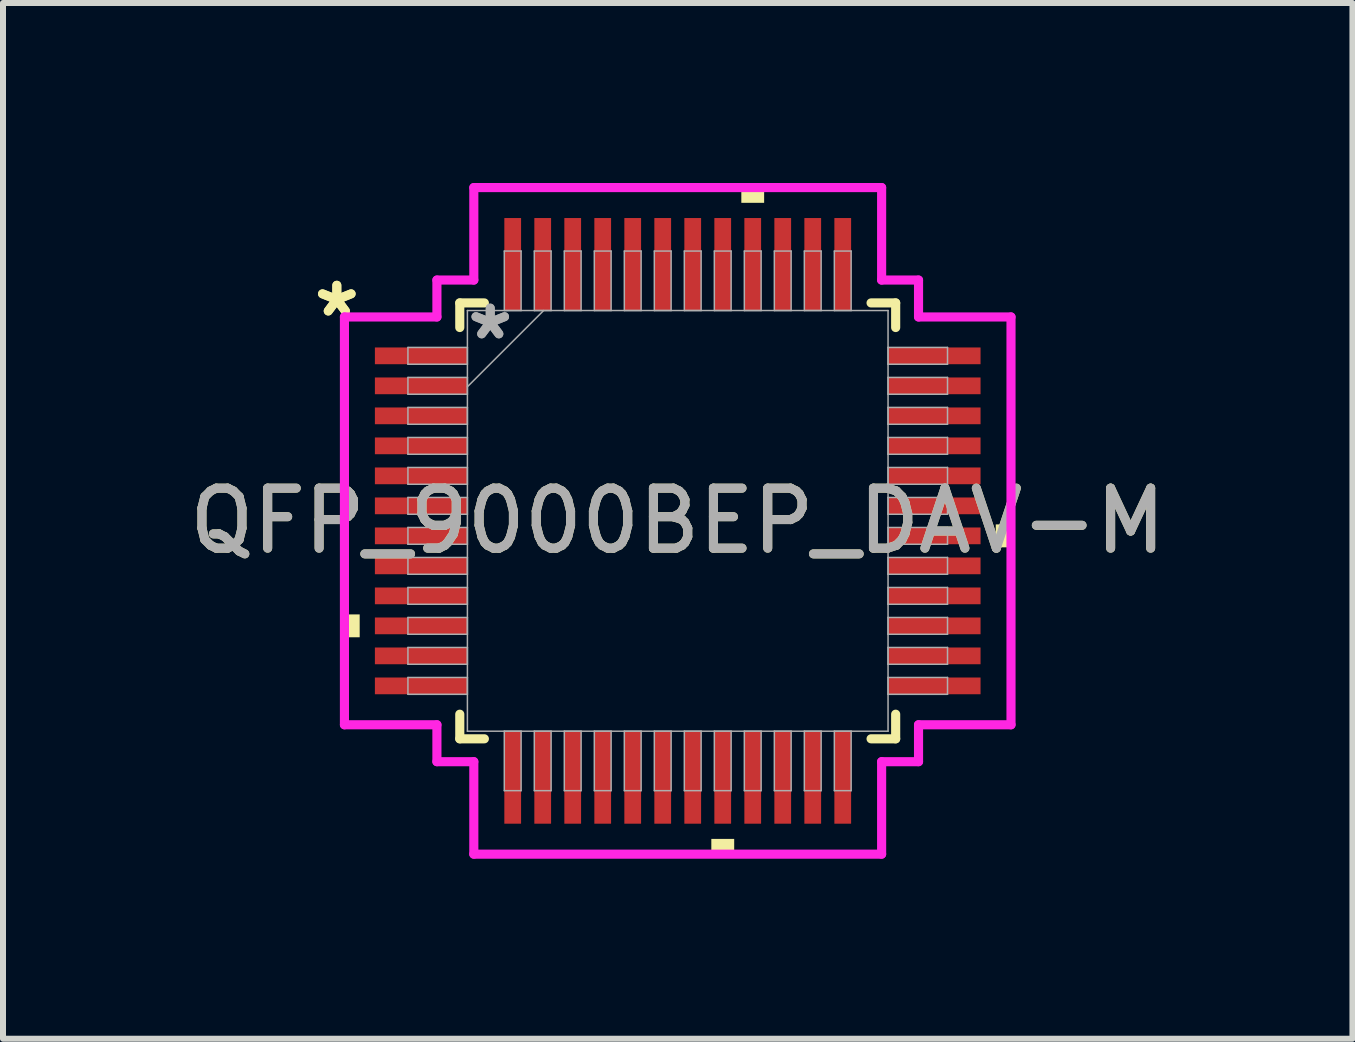
<source format=kicad_pcb>
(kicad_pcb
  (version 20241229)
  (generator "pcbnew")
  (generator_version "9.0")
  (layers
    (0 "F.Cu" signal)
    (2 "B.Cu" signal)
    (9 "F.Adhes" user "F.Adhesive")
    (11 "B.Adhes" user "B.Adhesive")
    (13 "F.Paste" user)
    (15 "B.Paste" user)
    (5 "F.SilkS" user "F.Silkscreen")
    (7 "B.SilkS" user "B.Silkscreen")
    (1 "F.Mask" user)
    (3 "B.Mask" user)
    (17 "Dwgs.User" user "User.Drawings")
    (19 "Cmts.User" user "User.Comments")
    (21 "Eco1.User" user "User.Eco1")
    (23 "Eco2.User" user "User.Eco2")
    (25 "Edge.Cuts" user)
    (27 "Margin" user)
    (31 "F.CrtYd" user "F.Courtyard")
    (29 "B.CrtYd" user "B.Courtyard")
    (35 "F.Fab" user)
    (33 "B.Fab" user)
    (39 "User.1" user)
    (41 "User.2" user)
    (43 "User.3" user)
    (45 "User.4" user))
  (footprint "QFP_9000BEP_DAV-M"
    (layer "F.Cu")
    (at 8.244 5.63)
    (property "Reference" "QFP_9000BEP_DAV-M" (at 0 0 0) (unlocked yes) (layer "F.SilkS") (effects (font (size 1 1) (thickness 0.15))))
    (attr smd)
    (fp_line (start -3.632 -3.632) (end -3.632 -3.222) (stroke (width 0.152) (type solid)) (layer "F.SilkS"))
    (fp_line (start -3.632 3.222) (end -3.632 3.632) (stroke (width 0.152) (type solid)) (layer "F.SilkS"))
    (fp_line (start -3.632 3.632) (end -3.222 3.632) (stroke (width 0.152) (type solid)) (layer "F.SilkS"))
    (fp_line (start -3.222 -3.632) (end -3.632 -3.632) (stroke (width 0.152) (type solid)) (layer "F.SilkS"))
    (fp_line (start 3.222 3.632) (end 3.632 3.632) (stroke (width 0.152) (type solid)) (layer "F.SilkS"))
    (fp_line (start 3.632 -3.632) (end 3.222 -3.632) (stroke (width 0.152) (type solid)) (layer "F.SilkS"))
    (fp_line (start 3.632 -3.222) (end 3.632 -3.632) (stroke (width 0.152) (type solid)) (layer "F.SilkS"))
    (fp_line (start 3.632 3.632) (end 3.632 3.222) (stroke (width 0.152) (type solid)) (layer "F.SilkS"))
    (fp_poly (pts (xy -5.554 1.559) (xy -5.554 1.94) (xy -5.3 1.94) (xy -5.3 1.559)) (stroke (width 0) (type solid)) (fill yes) (layer "F.SilkS"))
    (fp_poly (pts (xy 0.56 5.3) (xy 0.56 5.554) (xy 0.941 5.554) (xy 0.941 5.3)) (stroke (width 0) (type solid)) (fill yes) (layer "F.SilkS"))
    (fp_poly (pts (xy 1.06 -5.3) (xy 1.06 -5.554) (xy 1.44 -5.554) (xy 1.44 -5.3)) (stroke (width 0) (type solid)) (fill yes) (layer "F.SilkS"))
    (fp_poly (pts (xy 5.554 0.059) (xy 5.554 0.441) (xy 5.3 0.441) (xy 5.3 0.059)) (stroke (width 0) (type solid)) (fill yes) (layer "F.SilkS"))
    (fp_line (start -5.554 -3.398) (end -4.013 -3.398) (stroke (width 0.152) (type solid)) (layer "F.CrtYd"))
    (fp_line (start -5.554 3.398) (end -5.554 -3.398) (stroke (width 0.152) (type solid)) (layer "F.CrtYd"))
    (fp_line (start -4.013 -4.013) (end -3.398 -4.013) (stroke (width 0.152) (type solid)) (layer "F.CrtYd"))
    (fp_line (start -4.013 -3.398) (end -4.013 -4.013) (stroke (width 0.152) (type solid)) (layer "F.CrtYd"))
    (fp_line (start -4.013 3.398) (end -5.554 3.398) (stroke (width 0.152) (type solid)) (layer "F.CrtYd"))
    (fp_line (start -4.013 4.013) (end -4.013 3.398) (stroke (width 0.152) (type solid)) (layer "F.CrtYd"))
    (fp_line (start -4.013 4.013) (end -3.398 4.013) (stroke (width 0.152) (type solid)) (layer "F.CrtYd"))
    (fp_line (start -3.398 -5.554) (end 3.398 -5.554) (stroke (width 0.152) (type solid)) (layer "F.CrtYd"))
    (fp_line (start -3.398 -4.013) (end -3.398 -5.554) (stroke (width 0.152) (type solid)) (layer "F.CrtYd"))
    (fp_line (start -3.398 4.013) (end -3.398 5.554) (stroke (width 0.152) (type solid)) (layer "F.CrtYd"))
    (fp_line (start -3.398 5.554) (end 3.398 5.554) (stroke (width 0.152) (type solid)) (layer "F.CrtYd"))
    (fp_line (start 3.398 -5.554) (end 3.398 -4.013) (stroke (width 0.152) (type solid)) (layer "F.CrtYd"))
    (fp_line (start 3.398 -4.013) (end 4.013 -4.013) (stroke (width 0.152) (type solid)) (layer "F.CrtYd"))
    (fp_line (start 3.398 4.013) (end 4.013 4.013) (stroke (width 0.152) (type solid)) (layer "F.CrtYd"))
    (fp_line (start 3.398 5.554) (end 3.398 4.013) (stroke (width 0.152) (type solid)) (layer "F.CrtYd"))
    (fp_line (start 4.013 -3.398) (end 4.013 -4.013) (stroke (width 0.152) (type solid)) (layer "F.CrtYd"))
    (fp_line (start 4.013 3.398) (end 5.554 3.398) (stroke (width 0.152) (type solid)) (layer "F.CrtYd"))
    (fp_line (start 4.013 4.013) (end 4.013 3.398) (stroke (width 0.152) (type solid)) (layer "F.CrtYd"))
    (fp_line (start 5.554 -3.398) (end 4.013 -3.398) (stroke (width 0.152) (type solid)) (layer "F.CrtYd"))
    (fp_line (start 5.554 3.398) (end 5.554 -3.398) (stroke (width 0.152) (type solid)) (layer "F.CrtYd"))
    (fp_line (start -4.496 -2.89) (end -4.496 -2.61) (stroke (width 0.025) (type solid)) (layer "F.Fab"))
    (fp_line (start -4.496 -2.61) (end -3.505 -2.61) (stroke (width 0.025) (type solid)) (layer "F.Fab"))
    (fp_line (start -4.496 -2.39) (end -4.496 -2.11) (stroke (width 0.025) (type solid)) (layer "F.Fab"))
    (fp_line (start -4.496 -2.11) (end -3.505 -2.11) (stroke (width 0.025) (type solid)) (layer "F.Fab"))
    (fp_line (start -4.496 -1.89) (end -4.496 -1.61) (stroke (width 0.025) (type solid)) (layer "F.Fab"))
    (fp_line (start -4.496 -1.61) (end -3.505 -1.61) (stroke (width 0.025) (type solid)) (layer "F.Fab"))
    (fp_line (start -4.496 -1.39) (end -4.496 -1.11) (stroke (width 0.025) (type solid)) (layer "F.Fab"))
    (fp_line (start -4.496 -1.11) (end -3.505 -1.11) (stroke (width 0.025) (type solid)) (layer "F.Fab"))
    (fp_line (start -4.496 -0.89) (end -4.496 -0.61) (stroke (width 0.025) (type solid)) (layer "F.Fab"))
    (fp_line (start -4.496 -0.61) (end -3.505 -0.61) (stroke (width 0.025) (type solid)) (layer "F.Fab"))
    (fp_line (start -4.496 -0.39) (end -4.496 -0.11) (stroke (width 0.025) (type solid)) (layer "F.Fab"))
    (fp_line (start -4.496 -0.11) (end -3.505 -0.11) (stroke (width 0.025) (type solid)) (layer "F.Fab"))
    (fp_line (start -4.496 0.11) (end -4.496 0.39) (stroke (width 0.025) (type solid)) (layer "F.Fab"))
    (fp_line (start -4.496 0.39) (end -3.505 0.39) (stroke (width 0.025) (type solid)) (layer "F.Fab"))
    (fp_line (start -4.496 0.61) (end -4.496 0.89) (stroke (width 0.025) (type solid)) (layer "F.Fab"))
    (fp_line (start -4.496 0.89) (end -3.505 0.89) (stroke (width 0.025) (type solid)) (layer "F.Fab"))
    (fp_line (start -4.496 1.11) (end -4.496 1.39) (stroke (width 0.025) (type solid)) (layer "F.Fab"))
    (fp_line (start -4.496 1.39) (end -3.505 1.39) (stroke (width 0.025) (type solid)) (layer "F.Fab"))
    (fp_line (start -4.496 1.61) (end -4.496 1.89) (stroke (width 0.025) (type solid)) (layer "F.Fab"))
    (fp_line (start -4.496 1.89) (end -3.505 1.89) (stroke (width 0.025) (type solid)) (layer "F.Fab"))
    (fp_line (start -4.496 2.11) (end -4.496 2.39) (stroke (width 0.025) (type solid)) (layer "F.Fab"))
    (fp_line (start -4.496 2.39) (end -3.505 2.39) (stroke (width 0.025) (type solid)) (layer "F.Fab"))
    (fp_line (start -4.496 2.61) (end -4.496 2.89) (stroke (width 0.025) (type solid)) (layer "F.Fab"))
    (fp_line (start -4.496 2.89) (end -3.505 2.89) (stroke (width 0.025) (type solid)) (layer "F.Fab"))
    (fp_line (start -3.505 -3.505) (end -3.505 3.505) (stroke (width 0.025) (type solid)) (layer "F.Fab"))
    (fp_line (start -3.505 -2.89) (end -4.496 -2.89) (stroke (width 0.025) (type solid)) (layer "F.Fab"))
    (fp_line (start -3.505 -2.61) (end -3.505 -2.89) (stroke (width 0.025) (type solid)) (layer "F.Fab"))
    (fp_line (start -3.505 -2.39) (end -4.496 -2.39) (stroke (width 0.025) (type solid)) (layer "F.Fab"))
    (fp_line (start -3.505 -2.235) (end -2.235 -3.505) (stroke (width 0.025) (type solid)) (layer "F.Fab"))
    (fp_line (start -3.505 -2.11) (end -3.505 -2.39) (stroke (width 0.025) (type solid)) (layer "F.Fab"))
    (fp_line (start -3.505 -1.89) (end -4.496 -1.89) (stroke (width 0.025) (type solid)) (layer "F.Fab"))
    (fp_line (start -3.505 -1.61) (end -3.505 -1.89) (stroke (width 0.025) (type solid)) (layer "F.Fab"))
    (fp_line (start -3.505 -1.39) (end -4.496 -1.39) (stroke (width 0.025) (type solid)) (layer "F.Fab"))
    (fp_line (start -3.505 -1.11) (end -3.505 -1.39) (stroke (width 0.025) (type solid)) (layer "F.Fab"))
    (fp_line (start -3.505 -0.89) (end -4.496 -0.89) (stroke (width 0.025) (type solid)) (layer "F.Fab"))
    (fp_line (start -3.505 -0.61) (end -3.505 -0.89) (stroke (width 0.025) (type solid)) (layer "F.Fab"))
    (fp_line (start -3.505 -0.39) (end -4.496 -0.39) (stroke (width 0.025) (type solid)) (layer "F.Fab"))
    (fp_line (start -3.505 -0.11) (end -3.505 -0.39) (stroke (width 0.025) (type solid)) (layer "F.Fab"))
    (fp_line (start -3.505 0.11) (end -4.496 0.11) (stroke (width 0.025) (type solid)) (layer "F.Fab"))
    (fp_line (start -3.505 0.39) (end -3.505 0.11) (stroke (width 0.025) (type solid)) (layer "F.Fab"))
    (fp_line (start -3.505 0.61) (end -4.496 0.61) (stroke (width 0.025) (type solid)) (layer "F.Fab"))
    (fp_line (start -3.505 0.89) (end -3.505 0.61) (stroke (width 0.025) (type solid)) (layer "F.Fab"))
    (fp_line (start -3.505 1.11) (end -4.496 1.11) (stroke (width 0.025) (type solid)) (layer "F.Fab"))
    (fp_line (start -3.505 1.39) (end -3.505 1.11) (stroke (width 0.025) (type solid)) (layer "F.Fab"))
    (fp_line (start -3.505 1.61) (end -4.496 1.61) (stroke (width 0.025) (type solid)) (layer "F.Fab"))
    (fp_line (start -3.505 1.89) (end -3.505 1.61) (stroke (width 0.025) (type solid)) (layer "F.Fab"))
    (fp_line (start -3.505 2.11) (end -4.496 2.11) (stroke (width 0.025) (type solid)) (layer "F.Fab"))
    (fp_line (start -3.505 2.39) (end -3.505 2.11) (stroke (width 0.025) (type solid)) (layer "F.Fab"))
    (fp_line (start -3.505 2.61) (end -4.496 2.61) (stroke (width 0.025) (type solid)) (layer "F.Fab"))
    (fp_line (start -3.505 2.89) (end -3.505 2.61) (stroke (width 0.025) (type solid)) (layer "F.Fab"))
    (fp_line (start -3.505 3.505) (end 3.505 3.505) (stroke (width 0.025) (type solid)) (layer "F.Fab"))
    (fp_line (start -2.89 -4.496) (end -2.89 -3.505) (stroke (width 0.025) (type solid)) (layer "F.Fab"))
    (fp_line (start -2.89 -3.505) (end -2.61 -3.505) (stroke (width 0.025) (type solid)) (layer "F.Fab"))
    (fp_line (start -2.89 3.505) (end -2.89 4.496) (stroke (width 0.025) (type solid)) (layer "F.Fab"))
    (fp_line (start -2.89 4.496) (end -2.61 4.496) (stroke (width 0.025) (type solid)) (layer "F.Fab"))
    (fp_line (start -2.61 -4.496) (end -2.89 -4.496) (stroke (width 0.025) (type solid)) (layer "F.Fab"))
    (fp_line (start -2.61 -3.505) (end -2.61 -4.496) (stroke (width 0.025) (type solid)) (layer "F.Fab"))
    (fp_line (start -2.61 3.505) (end -2.89 3.505) (stroke (width 0.025) (type solid)) (layer "F.Fab"))
    (fp_line (start -2.61 4.496) (end -2.61 3.505) (stroke (width 0.025) (type solid)) (layer "F.Fab"))
    (fp_line (start -2.39 -4.496) (end -2.39 -3.505) (stroke (width 0.025) (type solid)) (layer "F.Fab"))
    (fp_line (start -2.39 -3.505) (end -2.11 -3.505) (stroke (width 0.025) (type solid)) (layer "F.Fab"))
    (fp_line (start -2.39 3.505) (end -2.39 4.496) (stroke (width 0.025) (type solid)) (layer "F.Fab"))
    (fp_line (start -2.39 4.496) (end -2.11 4.496) (stroke (width 0.025) (type solid)) (layer "F.Fab"))
    (fp_line (start -2.11 -4.496) (end -2.39 -4.496) (stroke (width 0.025) (type solid)) (layer "F.Fab"))
    (fp_line (start -2.11 -3.505) (end -2.11 -4.496) (stroke (width 0.025) (type solid)) (layer "F.Fab"))
    (fp_line (start -2.11 3.505) (end -2.39 3.505) (stroke (width 0.025) (type solid)) (layer "F.Fab"))
    (fp_line (start -2.11 4.496) (end -2.11 3.505) (stroke (width 0.025) (type solid)) (layer "F.Fab"))
    (fp_line (start -1.89 -4.496) (end -1.89 -3.505) (stroke (width 0.025) (type solid)) (layer "F.Fab"))
    (fp_line (start -1.89 -3.505) (end -1.61 -3.505) (stroke (width 0.025) (type solid)) (layer "F.Fab"))
    (fp_line (start -1.89 3.505) (end -1.89 4.496) (stroke (width 0.025) (type solid)) (layer "F.Fab"))
    (fp_line (start -1.89 4.496) (end -1.61 4.496) (stroke (width 0.025) (type solid)) (layer "F.Fab"))
    (fp_line (start -1.61 -4.496) (end -1.89 -4.496) (stroke (width 0.025) (type solid)) (layer "F.Fab"))
    (fp_line (start -1.61 -3.505) (end -1.61 -4.496) (stroke (width 0.025) (type solid)) (layer "F.Fab"))
    (fp_line (start -1.61 3.505) (end -1.89 3.505) (stroke (width 0.025) (type solid)) (layer "F.Fab"))
    (fp_line (start -1.61 4.496) (end -1.61 3.505) (stroke (width 0.025) (type solid)) (layer "F.Fab"))
    (fp_line (start -1.39 -4.496) (end -1.39 -3.505) (stroke (width 0.025) (type solid)) (layer "F.Fab"))
    (fp_line (start -1.39 -3.505) (end -1.11 -3.505) (stroke (width 0.025) (type solid)) (layer "F.Fab"))
    (fp_line (start -1.39 3.505) (end -1.39 4.496) (stroke (width 0.025) (type solid)) (layer "F.Fab"))
    (fp_line (start -1.39 4.496) (end -1.11 4.496) (stroke (width 0.025) (type solid)) (layer "F.Fab"))
    (fp_line (start -1.11 -4.496) (end -1.39 -4.496) (stroke (width 0.025) (type solid)) (layer "F.Fab"))
    (fp_line (start -1.11 -3.505) (end -1.11 -4.496) (stroke (width 0.025) (type solid)) (layer "F.Fab"))
    (fp_line (start -1.11 3.505) (end -1.39 3.505) (stroke (width 0.025) (type solid)) (layer "F.Fab"))
    (fp_line (start -1.11 4.496) (end -1.11 3.505) (stroke (width 0.025) (type solid)) (layer "F.Fab"))
    (fp_line (start -0.89 -4.496) (end -0.89 -3.505) (stroke (width 0.025) (type solid)) (layer "F.Fab"))
    (fp_line (start -0.89 -3.505) (end -0.61 -3.505) (stroke (width 0.025) (type solid)) (layer "F.Fab"))
    (fp_line (start -0.89 3.505) (end -0.89 4.496) (stroke (width 0.025) (type solid)) (layer "F.Fab"))
    (fp_line (start -0.89 4.496) (end -0.61 4.496) (stroke (width 0.025) (type solid)) (layer "F.Fab"))
    (fp_line (start -0.61 -4.496) (end -0.89 -4.496) (stroke (width 0.025) (type solid)) (layer "F.Fab"))
    (fp_line (start -0.61 -3.505) (end -0.61 -4.496) (stroke (width 0.025) (type solid)) (layer "F.Fab"))
    (fp_line (start -0.61 3.505) (end -0.89 3.505) (stroke (width 0.025) (type solid)) (layer "F.Fab"))
    (fp_line (start -0.61 4.496) (end -0.61 3.505) (stroke (width 0.025) (type solid)) (layer "F.Fab"))
    (fp_line (start -0.39 -4.496) (end -0.39 -3.505) (stroke (width 0.025) (type solid)) (layer "F.Fab"))
    (fp_line (start -0.39 -3.505) (end -0.11 -3.505) (stroke (width 0.025) (type solid)) (layer "F.Fab"))
    (fp_line (start -0.39 3.505) (end -0.39 4.496) (stroke (width 0.025) (type solid)) (layer "F.Fab"))
    (fp_line (start -0.39 4.496) (end -0.11 4.496) (stroke (width 0.025) (type solid)) (layer "F.Fab"))
    (fp_line (start -0.11 -4.496) (end -0.39 -4.496) (stroke (width 0.025) (type solid)) (layer "F.Fab"))
    (fp_line (start -0.11 -3.505) (end -0.11 -4.496) (stroke (width 0.025) (type solid)) (layer "F.Fab"))
    (fp_line (start -0.11 3.505) (end -0.39 3.505) (stroke (width 0.025) (type solid)) (layer "F.Fab"))
    (fp_line (start -0.11 4.496) (end -0.11 3.505) (stroke (width 0.025) (type solid)) (layer "F.Fab"))
    (fp_line (start 0.11 -4.496) (end 0.11 -3.505) (stroke (width 0.025) (type solid)) (layer "F.Fab"))
    (fp_line (start 0.11 -3.505) (end 0.39 -3.505) (stroke (width 0.025) (type solid)) (layer "F.Fab"))
    (fp_line (start 0.11 3.505) (end 0.11 4.496) (stroke (width 0.025) (type solid)) (layer "F.Fab"))
    (fp_line (start 0.11 4.496) (end 0.39 4.496) (stroke (width 0.025) (type solid)) (layer "F.Fab"))
    (fp_line (start 0.39 -4.496) (end 0.11 -4.496) (stroke (width 0.025) (type solid)) (layer "F.Fab"))
    (fp_line (start 0.39 -3.505) (end 0.39 -4.496) (stroke (width 0.025) (type solid)) (layer "F.Fab"))
    (fp_line (start 0.39 3.505) (end 0.11 3.505) (stroke (width 0.025) (type solid)) (layer "F.Fab"))
    (fp_line (start 0.39 4.496) (end 0.39 3.505) (stroke (width 0.025) (type solid)) (layer "F.Fab"))
    (fp_line (start 0.61 -4.496) (end 0.61 -3.505) (stroke (width 0.025) (type solid)) (layer "F.Fab"))
    (fp_line (start 0.61 -3.505) (end 0.89 -3.505) (stroke (width 0.025) (type solid)) (layer "F.Fab"))
    (fp_line (start 0.61 3.505) (end 0.61 4.496) (stroke (width 0.025) (type solid)) (layer "F.Fab"))
    (fp_line (start 0.61 4.496) (end 0.89 4.496) (stroke (width 0.025) (type solid)) (layer "F.Fab"))
    (fp_line (start 0.89 -4.496) (end 0.61 -4.496) (stroke (width 0.025) (type solid)) (layer "F.Fab"))
    (fp_line (start 0.89 -3.505) (end 0.89 -4.496) (stroke (width 0.025) (type solid)) (layer "F.Fab"))
    (fp_line (start 0.89 3.505) (end 0.61 3.505) (stroke (width 0.025) (type solid)) (layer "F.Fab"))
    (fp_line (start 0.89 4.496) (end 0.89 3.505) (stroke (width 0.025) (type solid)) (layer "F.Fab"))
    (fp_line (start 1.11 -4.496) (end 1.11 -3.505) (stroke (width 0.025) (type solid)) (layer "F.Fab"))
    (fp_line (start 1.11 -3.505) (end 1.39 -3.505) (stroke (width 0.025) (type solid)) (layer "F.Fab"))
    (fp_line (start 1.11 3.505) (end 1.11 4.496) (stroke (width 0.025) (type solid)) (layer "F.Fab"))
    (fp_line (start 1.11 4.496) (end 1.39 4.496) (stroke (width 0.025) (type solid)) (layer "F.Fab"))
    (fp_line (start 1.39 -4.496) (end 1.11 -4.496) (stroke (width 0.025) (type solid)) (layer "F.Fab"))
    (fp_line (start 1.39 -3.505) (end 1.39 -4.496) (stroke (width 0.025) (type solid)) (layer "F.Fab"))
    (fp_line (start 1.39 3.505) (end 1.11 3.505) (stroke (width 0.025) (type solid)) (layer "F.Fab"))
    (fp_line (start 1.39 4.496) (end 1.39 3.505) (stroke (width 0.025) (type solid)) (layer "F.Fab"))
    (fp_line (start 1.61 -4.496) (end 1.61 -3.505) (stroke (width 0.025) (type solid)) (layer "F.Fab"))
    (fp_line (start 1.61 -3.505) (end 1.89 -3.505) (stroke (width 0.025) (type solid)) (layer "F.Fab"))
    (fp_line (start 1.61 3.505) (end 1.61 4.496) (stroke (width 0.025) (type solid)) (layer "F.Fab"))
    (fp_line (start 1.61 4.496) (end 1.89 4.496) (stroke (width 0.025) (type solid)) (layer "F.Fab"))
    (fp_line (start 1.89 -4.496) (end 1.61 -4.496) (stroke (width 0.025) (type solid)) (layer "F.Fab"))
    (fp_line (start 1.89 -3.505) (end 1.89 -4.496) (stroke (width 0.025) (type solid)) (layer "F.Fab"))
    (fp_line (start 1.89 3.505) (end 1.61 3.505) (stroke (width 0.025) (type solid)) (layer "F.Fab"))
    (fp_line (start 1.89 4.496) (end 1.89 3.505) (stroke (width 0.025) (type solid)) (layer "F.Fab"))
    (fp_line (start 2.11 -4.496) (end 2.11 -3.505) (stroke (width 0.025) (type solid)) (layer "F.Fab"))
    (fp_line (start 2.11 -3.505) (end 2.39 -3.505) (stroke (width 0.025) (type solid)) (layer "F.Fab"))
    (fp_line (start 2.11 3.505) (end 2.11 4.496) (stroke (width 0.025) (type solid)) (layer "F.Fab"))
    (fp_line (start 2.11 4.496) (end 2.39 4.496) (stroke (width 0.025) (type solid)) (layer "F.Fab"))
    (fp_line (start 2.39 -4.496) (end 2.11 -4.496) (stroke (width 0.025) (type solid)) (layer "F.Fab"))
    (fp_line (start 2.39 -3.505) (end 2.39 -4.496) (stroke (width 0.025) (type solid)) (layer "F.Fab"))
    (fp_line (start 2.39 3.505) (end 2.11 3.505) (stroke (width 0.025) (type solid)) (layer "F.Fab"))
    (fp_line (start 2.39 4.496) (end 2.39 3.505) (stroke (width 0.025) (type solid)) (layer "F.Fab"))
    (fp_line (start 2.61 -4.496) (end 2.61 -3.505) (stroke (width 0.025) (type solid)) (layer "F.Fab"))
    (fp_line (start 2.61 -3.505) (end 2.89 -3.505) (stroke (width 0.025) (type solid)) (layer "F.Fab"))
    (fp_line (start 2.61 3.505) (end 2.61 4.496) (stroke (width 0.025) (type solid)) (layer "F.Fab"))
    (fp_line (start 2.61 4.496) (end 2.89 4.496) (stroke (width 0.025) (type solid)) (layer "F.Fab"))
    (fp_line (start 2.89 -4.496) (end 2.61 -4.496) (stroke (width 0.025) (type solid)) (layer "F.Fab"))
    (fp_line (start 2.89 -3.505) (end 2.89 -4.496) (stroke (width 0.025) (type solid)) (layer "F.Fab"))
    (fp_line (start 2.89 3.505) (end 2.61 3.505) (stroke (width 0.025) (type solid)) (layer "F.Fab"))
    (fp_line (start 2.89 4.496) (end 2.89 3.505) (stroke (width 0.025) (type solid)) (layer "F.Fab"))
    (fp_line (start 3.505 -3.505) (end -3.505 -3.505) (stroke (width 0.025) (type solid)) (layer "F.Fab"))
    (fp_line (start 3.505 -2.89) (end 3.505 -2.61) (stroke (width 0.025) (type solid)) (layer "F.Fab"))
    (fp_line (start 3.505 -2.61) (end 4.496 -2.61) (stroke (width 0.025) (type solid)) (layer "F.Fab"))
    (fp_line (start 3.505 -2.39) (end 3.505 -2.11) (stroke (width 0.025) (type solid)) (layer "F.Fab"))
    (fp_line (start 3.505 -2.11) (end 4.496 -2.11) (stroke (width 0.025) (type solid)) (layer "F.Fab"))
    (fp_line (start 3.505 -1.89) (end 3.505 -1.61) (stroke (width 0.025) (type solid)) (layer "F.Fab"))
    (fp_line (start 3.505 -1.61) (end 4.496 -1.61) (stroke (width 0.025) (type solid)) (layer "F.Fab"))
    (fp_line (start 3.505 -1.39) (end 3.505 -1.11) (stroke (width 0.025) (type solid)) (layer "F.Fab"))
    (fp_line (start 3.505 -1.11) (end 4.496 -1.11) (stroke (width 0.025) (type solid)) (layer "F.Fab"))
    (fp_line (start 3.505 -0.89) (end 3.505 -0.61) (stroke (width 0.025) (type solid)) (layer "F.Fab"))
    (fp_line (start 3.505 -0.61) (end 4.496 -0.61) (stroke (width 0.025) (type solid)) (layer "F.Fab"))
    (fp_line (start 3.505 -0.39) (end 3.505 -0.11) (stroke (width 0.025) (type solid)) (layer "F.Fab"))
    (fp_line (start 3.505 -0.11) (end 4.496 -0.11) (stroke (width 0.025) (type solid)) (layer "F.Fab"))
    (fp_line (start 3.505 0.11) (end 3.505 0.39) (stroke (width 0.025) (type solid)) (layer "F.Fab"))
    (fp_line (start 3.505 0.39) (end 4.496 0.39) (stroke (width 0.025) (type solid)) (layer "F.Fab"))
    (fp_line (start 3.505 0.61) (end 3.505 0.89) (stroke (width 0.025) (type solid)) (layer "F.Fab"))
    (fp_line (start 3.505 0.89) (end 4.496 0.89) (stroke (width 0.025) (type solid)) (layer "F.Fab"))
    (fp_line (start 3.505 1.11) (end 3.505 1.39) (stroke (width 0.025) (type solid)) (layer "F.Fab"))
    (fp_line (start 3.505 1.39) (end 4.496 1.39) (stroke (width 0.025) (type solid)) (layer "F.Fab"))
    (fp_line (start 3.505 1.61) (end 3.505 1.89) (stroke (width 0.025) (type solid)) (layer "F.Fab"))
    (fp_line (start 3.505 1.89) (end 4.496 1.89) (stroke (width 0.025) (type solid)) (layer "F.Fab"))
    (fp_line (start 3.505 2.11) (end 3.505 2.39) (stroke (width 0.025) (type solid)) (layer "F.Fab"))
    (fp_line (start 3.505 2.39) (end 4.496 2.39) (stroke (width 0.025) (type solid)) (layer "F.Fab"))
    (fp_line (start 3.505 2.61) (end 3.505 2.89) (stroke (width 0.025) (type solid)) (layer "F.Fab"))
    (fp_line (start 3.505 2.89) (end 4.496 2.89) (stroke (width 0.025) (type solid)) (layer "F.Fab"))
    (fp_line (start 3.505 3.505) (end 3.505 -3.505) (stroke (width 0.025) (type solid)) (layer "F.Fab"))
    (fp_line (start 4.496 -2.89) (end 3.505 -2.89) (stroke (width 0.025) (type solid)) (layer "F.Fab"))
    (fp_line (start 4.496 -2.61) (end 4.496 -2.89) (stroke (width 0.025) (type solid)) (layer "F.Fab"))
    (fp_line (start 4.496 -2.39) (end 3.505 -2.39) (stroke (width 0.025) (type solid)) (layer "F.Fab"))
    (fp_line (start 4.496 -2.11) (end 4.496 -2.39) (stroke (width 0.025) (type solid)) (layer "F.Fab"))
    (fp_line (start 4.496 -1.89) (end 3.505 -1.89) (stroke (width 0.025) (type solid)) (layer "F.Fab"))
    (fp_line (start 4.496 -1.61) (end 4.496 -1.89) (stroke (width 0.025) (type solid)) (layer "F.Fab"))
    (fp_line (start 4.496 -1.39) (end 3.505 -1.39) (stroke (width 0.025) (type solid)) (layer "F.Fab"))
    (fp_line (start 4.496 -1.11) (end 4.496 -1.39) (stroke (width 0.025) (type solid)) (layer "F.Fab"))
    (fp_line (start 4.496 -0.89) (end 3.505 -0.89) (stroke (width 0.025) (type solid)) (layer "F.Fab"))
    (fp_line (start 4.496 -0.61) (end 4.496 -0.89) (stroke (width 0.025) (type solid)) (layer "F.Fab"))
    (fp_line (start 4.496 -0.39) (end 3.505 -0.39) (stroke (width 0.025) (type solid)) (layer "F.Fab"))
    (fp_line (start 4.496 -0.11) (end 4.496 -0.39) (stroke (width 0.025) (type solid)) (layer "F.Fab"))
    (fp_line (start 4.496 0.11) (end 3.505 0.11) (stroke (width 0.025) (type solid)) (layer "F.Fab"))
    (fp_line (start 4.496 0.39) (end 4.496 0.11) (stroke (width 0.025) (type solid)) (layer "F.Fab"))
    (fp_line (start 4.496 0.61) (end 3.505 0.61) (stroke (width 0.025) (type solid)) (layer "F.Fab"))
    (fp_line (start 4.496 0.89) (end 4.496 0.61) (stroke (width 0.025) (type solid)) (layer "F.Fab"))
    (fp_line (start 4.496 1.11) (end 3.505 1.11) (stroke (width 0.025) (type solid)) (layer "F.Fab"))
    (fp_line (start 4.496 1.39) (end 4.496 1.11) (stroke (width 0.025) (type solid)) (layer "F.Fab"))
    (fp_line (start 4.496 1.61) (end 3.505 1.61) (stroke (width 0.025) (type solid)) (layer "F.Fab"))
    (fp_line (start 4.496 1.89) (end 4.496 1.61) (stroke (width 0.025) (type solid)) (layer "F.Fab"))
    (fp_line (start 4.496 2.11) (end 3.505 2.11) (stroke (width 0.025) (type solid)) (layer "F.Fab"))
    (fp_line (start 4.496 2.39) (end 4.496 2.11) (stroke (width 0.025) (type solid)) (layer "F.Fab"))
    (fp_line (start 4.496 2.61) (end 3.505 2.61) (stroke (width 0.025) (type solid)) (layer "F.Fab"))
    (fp_line (start 4.496 2.89) (end 4.496 2.61) (stroke (width 0.025) (type solid)) (layer "F.Fab"))
    (fp_text user "*" (at -5.681 -3.381 0) (layer "F.SilkS") (effects (font (size 1 1) (thickness 0.15))))
    (fp_text user "*" (at -5.681 -3.381 0) (unlocked yes) (layer "F.SilkS") (effects (font (size 1 1) (thickness 0.15))))
    (fp_text user "*" (at -3.124 -3 0) (layer "F.Fab") (effects (font (size 1 1) (thickness 0.15))))
    (fp_text user "${REFERENCE}" (at 0 0 0) (unlocked yes) (layer "F.Fab") (effects (font (size 1 1) (thickness 0.15))))
    (fp_text user "*" (at -3.124 -3 0) (unlocked yes) (layer "F.Fab") (effects (font (size 1 1) (thickness 0.15))))
    (pad "1" smd rect (at -4.276 -2.75 90) (size 0.279 1.541) (layers "F.Cu" "F.Mask" "F.Paste"))
    (pad "2" smd rect (at -4.276 -2.25 90) (size 0.279 1.541) (layers "F.Cu" "F.Mask" "F.Paste"))
    (pad "3" smd rect (at -4.276 -1.75 90) (size 0.279 1.541) (layers "F.Cu" "F.Mask" "F.Paste"))
    (pad "4" smd rect (at -4.276 -1.25 90) (size 0.279 1.541) (layers "F.Cu" "F.Mask" "F.Paste"))
    (pad "5" smd rect (at -4.276 -0.75 90) (size 0.279 1.541) (layers "F.Cu" "F.Mask" "F.Paste"))
    (pad "6" smd rect (at -4.276 -0.25 90) (size 0.279 1.541) (layers "F.Cu" "F.Mask" "F.Paste"))
    (pad "7" smd rect (at -4.276 0.25 90) (size 0.279 1.541) (layers "F.Cu" "F.Mask" "F.Paste"))
    (pad "8" smd rect (at -4.276 0.75 90) (size 0.279 1.541) (layers "F.Cu" "F.Mask" "F.Paste"))
    (pad "9" smd rect (at -4.276 1.25 90) (size 0.279 1.541) (layers "F.Cu" "F.Mask" "F.Paste"))
    (pad "10" smd rect (at -4.276 1.75 90) (size 0.279 1.541) (layers "F.Cu" "F.Mask" "F.Paste"))
    (pad "11" smd rect (at -4.276 2.25 90) (size 0.279 1.541) (layers "F.Cu" "F.Mask" "F.Paste"))
    (pad "12" smd rect (at -4.276 2.75 90) (size 0.279 1.541) (layers "F.Cu" "F.Mask" "F.Paste"))
    (pad "13" smd rect (at -2.75 4.276) (size 0.279 1.541) (layers "F.Cu" "F.Mask" "F.Paste"))
    (pad "14" smd rect (at -2.25 4.276) (size 0.279 1.541) (layers "F.Cu" "F.Mask" "F.Paste"))
    (pad "15" smd rect (at -1.75 4.276) (size 0.279 1.541) (layers "F.Cu" "F.Mask" "F.Paste"))
    (pad "16" smd rect (at -1.25 4.276) (size 0.279 1.541) (layers "F.Cu" "F.Mask" "F.Paste"))
    (pad "17" smd rect (at -0.75 4.276) (size 0.279 1.541) (layers "F.Cu" "F.Mask" "F.Paste"))
    (pad "18" smd rect (at -0.25 4.276) (size 0.279 1.541) (layers "F.Cu" "F.Mask" "F.Paste"))
    (pad "19" smd rect (at 0.25 4.276) (size 0.279 1.541) (layers "F.Cu" "F.Mask" "F.Paste"))
    (pad "20" smd rect (at 0.75 4.276) (size 0.279 1.541) (layers "F.Cu" "F.Mask" "F.Paste"))
    (pad "21" smd rect (at 1.25 4.276) (size 0.279 1.541) (layers "F.Cu" "F.Mask" "F.Paste"))
    (pad "22" smd rect (at 1.75 4.276) (size 0.279 1.541) (layers "F.Cu" "F.Mask" "F.Paste"))
    (pad "23" smd rect (at 2.25 4.276) (size 0.279 1.541) (layers "F.Cu" "F.Mask" "F.Paste"))
    (pad "24" smd rect (at 2.75 4.276) (size 0.279 1.541) (layers "F.Cu" "F.Mask" "F.Paste"))
    (pad "25" smd rect (at 4.276 2.75 90) (size 0.279 1.541) (layers "F.Cu" "F.Mask" "F.Paste"))
    (pad "26" smd rect (at 4.276 2.25 90) (size 0.279 1.541) (layers "F.Cu" "F.Mask" "F.Paste"))
    (pad "27" smd rect (at 4.276 1.75 90) (size 0.279 1.541) (layers "F.Cu" "F.Mask" "F.Paste"))
    (pad "28" smd rect (at 4.276 1.25 90) (size 0.279 1.541) (layers "F.Cu" "F.Mask" "F.Paste"))
    (pad "29" smd rect (at 4.276 0.75 90) (size 0.279 1.541) (layers "F.Cu" "F.Mask" "F.Paste"))
    (pad "30" smd rect (at 4.276 0.25 90) (size 0.279 1.541) (layers "F.Cu" "F.Mask" "F.Paste"))
    (pad "31" smd rect (at 4.276 -0.25 90) (size 0.279 1.541) (layers "F.Cu" "F.Mask" "F.Paste"))
    (pad "32" smd rect (at 4.276 -0.75 90) (size 0.279 1.541) (layers "F.Cu" "F.Mask" "F.Paste"))
    (pad "33" smd rect (at 4.276 -1.25 90) (size 0.279 1.541) (layers "F.Cu" "F.Mask" "F.Paste"))
    (pad "34" smd rect (at 4.276 -1.75 90) (size 0.279 1.541) (layers "F.Cu" "F.Mask" "F.Paste"))
    (pad "35" smd rect (at 4.276 -2.25 90) (size 0.279 1.541) (layers "F.Cu" "F.Mask" "F.Paste"))
    (pad "36" smd rect (at 4.276 -2.75 90) (size 0.279 1.541) (layers "F.Cu" "F.Mask" "F.Paste"))
    (pad "37" smd rect (at 2.75 -4.276) (size 0.279 1.541) (layers "F.Cu" "F.Mask" "F.Paste"))
    (pad "38" smd rect (at 2.25 -4.276) (size 0.279 1.541) (layers "F.Cu" "F.Mask" "F.Paste"))
    (pad "39" smd rect (at 1.75 -4.276) (size 0.279 1.541) (layers "F.Cu" "F.Mask" "F.Paste"))
    (pad "40" smd rect (at 1.25 -4.276) (size 0.279 1.541) (layers "F.Cu" "F.Mask" "F.Paste"))
    (pad "41" smd rect (at 0.75 -4.276) (size 0.279 1.541) (layers "F.Cu" "F.Mask" "F.Paste"))
    (pad "42" smd rect (at 0.25 -4.276) (size 0.279 1.541) (layers "F.Cu" "F.Mask" "F.Paste"))
    (pad "43" smd rect (at -0.25 -4.276) (size 0.279 1.541) (layers "F.Cu" "F.Mask" "F.Paste"))
    (pad "44" smd rect (at -0.75 -4.276) (size 0.279 1.541) (layers "F.Cu" "F.Mask" "F.Paste"))
    (pad "45" smd rect (at -1.25 -4.276) (size 0.279 1.541) (layers "F.Cu" "F.Mask" "F.Paste"))
    (pad "46" smd rect (at -1.75 -4.276) (size 0.279 1.541) (layers "F.Cu" "F.Mask" "F.Paste"))
    (pad "47" smd rect (at -2.25 -4.276) (size 0.279 1.541) (layers "F.Cu" "F.Mask" "F.Paste"))
    (pad "48" smd rect (at -2.75 -4.276) (size 0.279 1.541) (layers "F.Cu" "F.Mask" "F.Paste")))
  (gr_rect
    (start -3 -3)
    (end 19.488 14.26)
    (stroke (width 0.1) (type default))
    (fill no)
    (layer "Edge.Cuts")))
</source>
